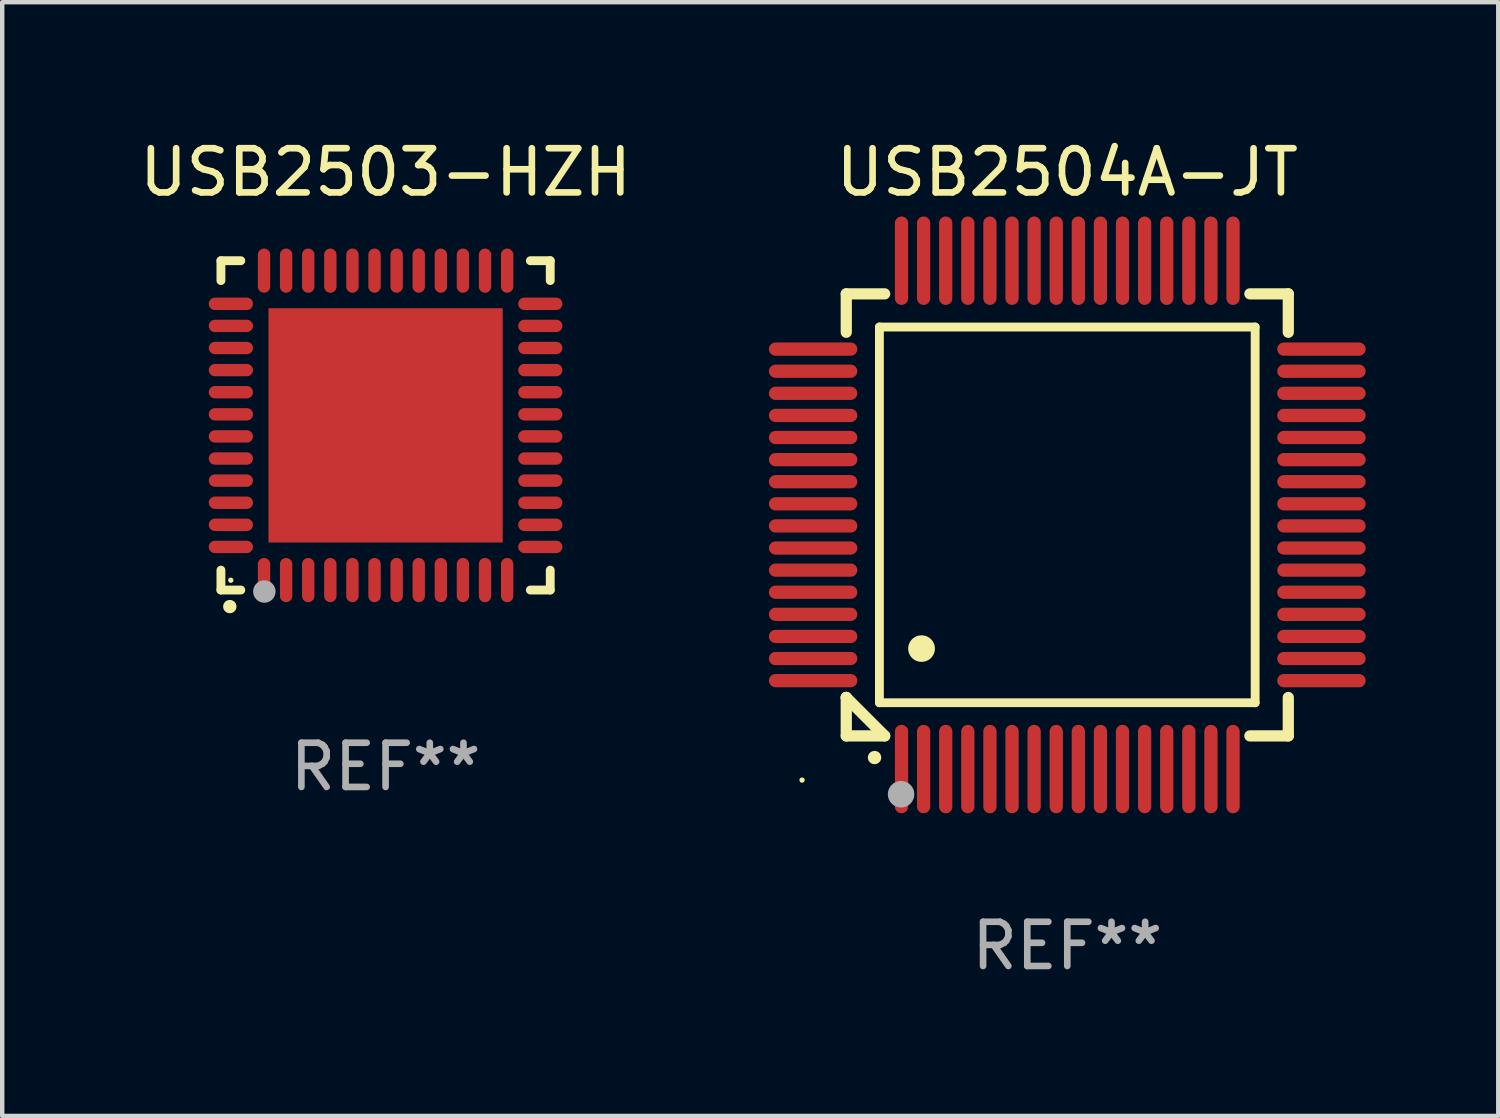
<source format=kicad_pcb>
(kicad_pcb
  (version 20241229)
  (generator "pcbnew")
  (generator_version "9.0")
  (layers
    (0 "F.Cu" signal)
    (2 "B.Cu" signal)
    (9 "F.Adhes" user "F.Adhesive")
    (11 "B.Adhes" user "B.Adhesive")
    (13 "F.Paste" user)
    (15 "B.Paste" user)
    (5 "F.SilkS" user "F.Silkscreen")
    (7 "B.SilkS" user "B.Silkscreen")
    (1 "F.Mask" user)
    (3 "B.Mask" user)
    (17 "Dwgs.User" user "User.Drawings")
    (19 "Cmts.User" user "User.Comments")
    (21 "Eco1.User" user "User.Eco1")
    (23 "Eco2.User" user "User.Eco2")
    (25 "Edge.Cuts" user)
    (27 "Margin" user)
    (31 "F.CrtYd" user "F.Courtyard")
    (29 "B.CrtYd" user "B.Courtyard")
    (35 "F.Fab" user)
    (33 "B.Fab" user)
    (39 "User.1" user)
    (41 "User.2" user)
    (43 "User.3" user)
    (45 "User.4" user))
  (footprint "USB2504A-JT"
    (layer "F.Cu")
    (at 21.095 8.598)
    (property "Reference" "USB2504A-JT" (at 0 -7.75 0) (layer "F.SilkS") (effects (font (size 1 1) (thickness 0.15))))
    (attr through_hole)
    (fp_line (start -5 -5) (end -4.131 -5) (stroke (width 0.254) (type solid)) (layer "F.SilkS"))
    (fp_line (start -5 -4.131) (end -5 -5) (stroke (width 0.254) (type solid)) (layer "F.SilkS"))
    (fp_line (start -5 4.131) (end -5 4.131) (stroke (width 0.254) (type solid)) (layer "F.SilkS"))
    (fp_line (start -5 5) (end -5 4.131) (stroke (width 0.254) (type solid)) (layer "F.SilkS"))
    (fp_line (start -5 4.131) (end -4.131 5) (stroke (width 0.254) (type solid)) (layer "F.SilkS"))
    (fp_line (start -4.25 -4.25) (end -4.25 4.25) (stroke (width 0.2) (type solid)) (layer "F.SilkS"))
    (fp_line (start -4.25 4.25) (end 4.25 4.25) (stroke (width 0.2) (type solid)) (layer "F.SilkS"))
    (fp_line (start -4.131 5) (end -5 5) (stroke (width 0.254) (type solid)) (layer "F.SilkS"))
    (fp_line (start 4.25 -4.25) (end -4.25 -4.25) (stroke (width 0.2) (type solid)) (layer "F.SilkS"))
    (fp_line (start 4.25 4.25) (end 4.25 -4.25) (stroke (width 0.2) (type solid)) (layer "F.SilkS"))
    (fp_line (start 5 -5) (end 4.131 -5) (stroke (width 0.254) (type solid)) (layer "F.SilkS"))
    (fp_line (start 5 -5) (end 5 -4.131) (stroke (width 0.254) (type solid)) (layer "F.SilkS"))
    (fp_line (start 5 4.131) (end 5 5) (stroke (width 0.254) (type solid)) (layer "F.SilkS"))
    (fp_line (start 5 5) (end 4.131 5) (stroke (width 0.254) (type solid)) (layer "F.SilkS"))
    (fp_arc (start -4.361265 5.489992) (mid -4.359995 5.489987) (end -4.358725 5.489992) (stroke (width 0.3) (type solid)) (layer "F.SilkS"))
    (fp_arc (start -3.299467 3.025146) (mid -3.296927 3.025135) (end -3.294387 3.025146) (stroke (width 0.6) (type solid)) (layer "F.SilkS"))
    (fp_circle (center -6 6) (end -5.97 6) (stroke (width 0.06) (type solid)) (fill no) (layer "F.SilkS"))
    (fp_circle (center -3.76 6.32) (end -3.61 6.32) (stroke (width 0.3) (type solid)) (fill no) (layer "F.Fab"))
    (fp_text user "REF**" (at 0 9.75 0) (layer "F.Fab") (effects (font (size 1 1) (thickness 0.15))))
    (pad "1" smd oval (at -3.75 5.75) (size 0.3 2) (layers "F.Cu" "F.Mask" "F.Paste"))
    (pad "2" smd oval (at -3.25 5.75) (size 0.3 2) (layers "F.Cu" "F.Mask" "F.Paste"))
    (pad "3" smd oval (at -2.75 5.75) (size 0.3 2) (layers "F.Cu" "F.Mask" "F.Paste"))
    (pad "4" smd oval (at -2.25 5.75) (size 0.3 2) (layers "F.Cu" "F.Mask" "F.Paste"))
    (pad "5" smd oval (at -1.75 5.75) (size 0.3 2) (layers "F.Cu" "F.Mask" "F.Paste"))
    (pad "6" smd oval (at -1.25 5.75) (size 0.3 2) (layers "F.Cu" "F.Mask" "F.Paste"))
    (pad "7" smd oval (at -0.75 5.75) (size 0.3 2) (layers "F.Cu" "F.Mask" "F.Paste"))
    (pad "8" smd oval (at -0.25 5.75) (size 0.3 2) (layers "F.Cu" "F.Mask" "F.Paste"))
    (pad "9" smd oval (at 0.25 5.75) (size 0.3 2) (layers "F.Cu" "F.Mask" "F.Paste"))
    (pad "10" smd oval (at 0.75 5.75) (size 0.3 2) (layers "F.Cu" "F.Mask" "F.Paste"))
    (pad "11" smd oval (at 1.25 5.75) (size 0.3 2) (layers "F.Cu" "F.Mask" "F.Paste"))
    (pad "12" smd oval (at 1.75 5.75) (size 0.3 2) (layers "F.Cu" "F.Mask" "F.Paste"))
    (pad "13" smd oval (at 2.25 5.75) (size 0.3 2) (layers "F.Cu" "F.Mask" "F.Paste"))
    (pad "14" smd oval (at 2.75 5.75) (size 0.3 2) (layers "F.Cu" "F.Mask" "F.Paste"))
    (pad "15" smd oval (at 3.25 5.75) (size 0.3 2) (layers "F.Cu" "F.Mask" "F.Paste"))
    (pad "16" smd oval (at 3.75 5.75) (size 0.3 2) (layers "F.Cu" "F.Mask" "F.Paste"))
    (pad "17" smd oval (at 5.75 3.75) (size 2 0.3) (layers "F.Cu" "F.Mask" "F.Paste"))
    (pad "18" smd oval (at 5.75 3.25) (size 2 0.3) (layers "F.Cu" "F.Mask" "F.Paste"))
    (pad "19" smd oval (at 5.75 2.75) (size 2 0.3) (layers "F.Cu" "F.Mask" "F.Paste"))
    (pad "20" smd oval (at 5.75 2.25) (size 2 0.3) (layers "F.Cu" "F.Mask" "F.Paste"))
    (pad "21" smd oval (at 5.75 1.75) (size 2 0.3) (layers "F.Cu" "F.Mask" "F.Paste"))
    (pad "22" smd oval (at 5.75 1.25) (size 2 0.3) (layers "F.Cu" "F.Mask" "F.Paste"))
    (pad "23" smd oval (at 5.75 0.75) (size 2 0.3) (layers "F.Cu" "F.Mask" "F.Paste"))
    (pad "24" smd oval (at 5.75 0.25) (size 2 0.3) (layers "F.Cu" "F.Mask" "F.Paste"))
    (pad "25" smd oval (at 5.75 -0.25) (size 2 0.3) (layers "F.Cu" "F.Mask" "F.Paste"))
    (pad "26" smd oval (at 5.75 -0.75) (size 2 0.3) (layers "F.Cu" "F.Mask" "F.Paste"))
    (pad "27" smd oval (at 5.75 -1.25) (size 2 0.3) (layers "F.Cu" "F.Mask" "F.Paste"))
    (pad "28" smd oval (at 5.75 -1.75) (size 2 0.3) (layers "F.Cu" "F.Mask" "F.Paste"))
    (pad "29" smd oval (at 5.75 -2.25) (size 2 0.3) (layers "F.Cu" "F.Mask" "F.Paste"))
    (pad "30" smd oval (at 5.75 -2.75) (size 2 0.3) (layers "F.Cu" "F.Mask" "F.Paste"))
    (pad "31" smd oval (at 5.75 -3.25) (size 2 0.3) (layers "F.Cu" "F.Mask" "F.Paste"))
    (pad "32" smd oval (at 5.75 -3.75) (size 2 0.3) (layers "F.Cu" "F.Mask" "F.Paste"))
    (pad "33" smd oval (at 3.75 -5.75) (size 0.3 2) (layers "F.Cu" "F.Mask" "F.Paste"))
    (pad "34" smd oval (at 3.25 -5.75) (size 0.3 2) (layers "F.Cu" "F.Mask" "F.Paste"))
    (pad "35" smd oval (at 2.75 -5.75) (size 0.3 2) (layers "F.Cu" "F.Mask" "F.Paste"))
    (pad "36" smd oval (at 2.25 -5.75) (size 0.3 2) (layers "F.Cu" "F.Mask" "F.Paste"))
    (pad "37" smd oval (at 1.75 -5.75) (size 0.3 2) (layers "F.Cu" "F.Mask" "F.Paste"))
    (pad "38" smd oval (at 1.25 -5.75) (size 0.3 2) (layers "F.Cu" "F.Mask" "F.Paste"))
    (pad "39" smd oval (at 0.75 -5.75) (size 0.3 2) (layers "F.Cu" "F.Mask" "F.Paste"))
    (pad "40" smd oval (at 0.25 -5.75) (size 0.3 2) (layers "F.Cu" "F.Mask" "F.Paste"))
    (pad "41" smd oval (at -0.25 -5.75) (size 0.3 2) (layers "F.Cu" "F.Mask" "F.Paste"))
    (pad "42" smd oval (at -0.75 -5.75) (size 0.3 2) (layers "F.Cu" "F.Mask" "F.Paste"))
    (pad "43" smd oval (at -1.25 -5.75) (size 0.3 2) (layers "F.Cu" "F.Mask" "F.Paste"))
    (pad "44" smd oval (at -1.75 -5.75) (size 0.3 2) (layers "F.Cu" "F.Mask" "F.Paste"))
    (pad "45" smd oval (at -2.25 -5.75) (size 0.3 2) (layers "F.Cu" "F.Mask" "F.Paste"))
    (pad "46" smd oval (at -2.75 -5.75) (size 0.3 2) (layers "F.Cu" "F.Mask" "F.Paste"))
    (pad "47" smd oval (at -3.25 -5.75) (size 0.3 2) (layers "F.Cu" "F.Mask" "F.Paste"))
    (pad "48" smd oval (at -3.75 -5.75) (size 0.3 2) (layers "F.Cu" "F.Mask" "F.Paste"))
    (pad "49" smd oval (at -5.75 -3.75) (size 2 0.3) (layers "F.Cu" "F.Mask" "F.Paste"))
    (pad "50" smd oval (at -5.75 -3.25) (size 2 0.3) (layers "F.Cu" "F.Mask" "F.Paste"))
    (pad "51" smd oval (at -5.75 -2.75) (size 2 0.3) (layers "F.Cu" "F.Mask" "F.Paste"))
    (pad "52" smd oval (at -5.75 -2.25) (size 2 0.3) (layers "F.Cu" "F.Mask" "F.Paste"))
    (pad "53" smd oval (at -5.75 -1.75) (size 2 0.3) (layers "F.Cu" "F.Mask" "F.Paste"))
    (pad "54" smd oval (at -5.75 -1.25) (size 2 0.3) (layers "F.Cu" "F.Mask" "F.Paste"))
    (pad "55" smd oval (at -5.75 -0.75) (size 2 0.3) (layers "F.Cu" "F.Mask" "F.Paste"))
    (pad "56" smd oval (at -5.75 -0.25) (size 2 0.3) (layers "F.Cu" "F.Mask" "F.Paste"))
    (pad "57" smd oval (at -5.75 0.25) (size 2 0.3) (layers "F.Cu" "F.Mask" "F.Paste"))
    (pad "58" smd oval (at -5.75 0.75) (size 2 0.3) (layers "F.Cu" "F.Mask" "F.Paste"))
    (pad "59" smd oval (at -5.75 1.25) (size 2 0.3) (layers "F.Cu" "F.Mask" "F.Paste"))
    (pad "60" smd oval (at -5.75 1.75) (size 2 0.3) (layers "F.Cu" "F.Mask" "F.Paste"))
    (pad "61" smd oval (at -5.75 2.25) (size 2 0.3) (layers "F.Cu" "F.Mask" "F.Paste"))
    (pad "62" smd oval (at -5.75 2.75) (size 2 0.3) (layers "F.Cu" "F.Mask" "F.Paste"))
    (pad "63" smd oval (at -5.75 3.25) (size 2 0.3) (layers "F.Cu" "F.Mask" "F.Paste"))
    (pad "64" smd oval (at -5.75 3.75) (size 2 0.3) (layers "F.Cu" "F.Mask" "F.Paste")))
  (footprint "USB2503-HZH"
    (layer "F.Cu")
    (at 5.673 6.573)
    (property "Reference" "USB2503-HZH" (at 0 -5.725 0) (layer "F.SilkS") (effects (font (size 1 1) (thickness 0.15))))
    (attr through_hole)
    (fp_line (start -3.725 -3.725) (end -3.275 -3.725) (stroke (width 0.2) (type solid)) (layer "F.SilkS"))
    (fp_line (start -3.725 -3.275) (end -3.725 -3.725) (stroke (width 0.2) (type solid)) (layer "F.SilkS"))
    (fp_line (start -3.725 3.725) (end -3.725 3.275) (stroke (width 0.2) (type solid)) (layer "F.SilkS"))
    (fp_line (start -3.275 3.725) (end -3.725 3.725) (stroke (width 0.2) (type solid)) (layer "F.SilkS"))
    (fp_line (start 3.275 3.725) (end 3.725 3.725) (stroke (width 0.2) (type solid)) (layer "F.SilkS"))
    (fp_line (start 3.725 -3.725) (end 3.275 -3.725) (stroke (width 0.2) (type solid)) (layer "F.SilkS"))
    (fp_line (start 3.725 -3.275) (end 3.725 -3.725) (stroke (width 0.2) (type solid)) (layer "F.SilkS"))
    (fp_line (start 3.725 3.725) (end 3.725 3.275) (stroke (width 0.2) (type solid)) (layer "F.SilkS"))
    (fp_arc (start -3.525527 4.099568) (mid -3.524257 4.099563) (end -3.522987 4.099568) (stroke (width 0.3) (type solid)) (layer "F.SilkS"))
    (fp_circle (center -3.502 3.504) (end -3.472 3.504) (stroke (width 0.06) (type solid)) (fill no) (layer "F.SilkS"))
    (fp_circle (center -2.743 3.759) (end -2.616 3.759) (stroke (width 0.254) (type solid)) (fill no) (layer "F.Fab"))
    (fp_text user "REF**" (at 0 7.725 0) (layer "F.Fab") (effects (font (size 1 1) (thickness 0.15))))
    (pad "1" smd oval (at -2.75 3.5) (size 0.28 1) (layers "F.Cu" "F.Mask" "F.Paste"))
    (pad "2" smd oval (at -2.25 3.5) (size 0.28 1) (layers "F.Cu" "F.Mask" "F.Paste"))
    (pad "3" smd oval (at -1.75 3.5) (size 0.28 1) (layers "F.Cu" "F.Mask" "F.Paste"))
    (pad "4" smd oval (at -1.25 3.5) (size 0.28 1) (layers "F.Cu" "F.Mask" "F.Paste"))
    (pad "5" smd oval (at -0.75 3.5) (size 0.28 1) (layers "F.Cu" "F.Mask" "F.Paste"))
    (pad "6" smd oval (at -0.25 3.5) (size 0.28 1) (layers "F.Cu" "F.Mask" "F.Paste"))
    (pad "7" smd oval (at 0.25 3.5) (size 0.28 1) (layers "F.Cu" "F.Mask" "F.Paste"))
    (pad "8" smd oval (at 0.75 3.5) (size 0.28 1) (layers "F.Cu" "F.Mask" "F.Paste"))
    (pad "9" smd oval (at 1.25 3.5) (size 0.28 1) (layers "F.Cu" "F.Mask" "F.Paste"))
    (pad "10" smd oval (at 1.75 3.5) (size 0.28 1) (layers "F.Cu" "F.Mask" "F.Paste"))
    (pad "11" smd oval (at 2.25 3.5) (size 0.28 1) (layers "F.Cu" "F.Mask" "F.Paste"))
    (pad "12" smd oval (at 2.75 3.5) (size 0.28 1) (layers "F.Cu" "F.Mask" "F.Paste"))
    (pad "13" smd oval (at 3.5 2.75) (size 1 0.28) (layers "F.Cu" "F.Mask" "F.Paste"))
    (pad "14" smd oval (at 3.5 2.25) (size 1 0.28) (layers "F.Cu" "F.Mask" "F.Paste"))
    (pad "15" smd oval (at 3.5 1.75) (size 1 0.28) (layers "F.Cu" "F.Mask" "F.Paste"))
    (pad "16" smd oval (at 3.5 1.25) (size 1 0.28) (layers "F.Cu" "F.Mask" "F.Paste"))
    (pad "17" smd oval (at 3.5 0.75) (size 1 0.28) (layers "F.Cu" "F.Mask" "F.Paste"))
    (pad "18" smd oval (at 3.5 0.25) (size 1 0.28) (layers "F.Cu" "F.Mask" "F.Paste"))
    (pad "19" smd oval (at 3.5 -0.25) (size 1 0.28) (layers "F.Cu" "F.Mask" "F.Paste"))
    (pad "20" smd oval (at 3.5 -0.75) (size 1 0.28) (layers "F.Cu" "F.Mask" "F.Paste"))
    (pad "21" smd oval (at 3.5 -1.25) (size 1 0.28) (layers "F.Cu" "F.Mask" "F.Paste"))
    (pad "22" smd oval (at 3.5 -1.75) (size 1 0.28) (layers "F.Cu" "F.Mask" "F.Paste"))
    (pad "23" smd oval (at 3.5 -2.25) (size 1 0.28) (layers "F.Cu" "F.Mask" "F.Paste"))
    (pad "24" smd oval (at 3.5 -2.75) (size 1 0.28) (layers "F.Cu" "F.Mask" "F.Paste"))
    (pad "25" smd oval (at 2.75 -3.5) (size 0.28 1) (layers "F.Cu" "F.Mask" "F.Paste"))
    (pad "26" smd oval (at 2.25 -3.5) (size 0.28 1) (layers "F.Cu" "F.Mask" "F.Paste"))
    (pad "27" smd oval (at 1.75 -3.5) (size 0.28 1) (layers "F.Cu" "F.Mask" "F.Paste"))
    (pad "28" smd oval (at 1.25 -3.5) (size 0.28 1) (layers "F.Cu" "F.Mask" "F.Paste"))
    (pad "29" smd oval (at 0.75 -3.5) (size 0.28 1) (layers "F.Cu" "F.Mask" "F.Paste"))
    (pad "30" smd oval (at 0.25 -3.5) (size 0.28 1) (layers "F.Cu" "F.Mask" "F.Paste"))
    (pad "31" smd oval (at -0.25 -3.5) (size 0.28 1) (layers "F.Cu" "F.Mask" "F.Paste"))
    (pad "32" smd oval (at -0.75 -3.5) (size 0.28 1) (layers "F.Cu" "F.Mask" "F.Paste"))
    (pad "33" smd oval (at -1.25 -3.5) (size 0.28 1) (layers "F.Cu" "F.Mask" "F.Paste"))
    (pad "34" smd oval (at -1.75 -3.5) (size 0.28 1) (layers "F.Cu" "F.Mask" "F.Paste"))
    (pad "35" smd oval (at -2.25 -3.5) (size 0.28 1) (layers "F.Cu" "F.Mask" "F.Paste"))
    (pad "36" smd oval (at -2.75 -3.5) (size 0.28 1) (layers "F.Cu" "F.Mask" "F.Paste"))
    (pad "37" smd oval (at -3.5 -2.75) (size 1 0.28) (layers "F.Cu" "F.Mask" "F.Paste"))
    (pad "38" smd oval (at -3.5 -2.25) (size 1 0.28) (layers "F.Cu" "F.Mask" "F.Paste"))
    (pad "39" smd oval (at -3.5 -1.75) (size 1 0.28) (layers "F.Cu" "F.Mask" "F.Paste"))
    (pad "40" smd oval (at -3.5 -1.25) (size 1 0.28) (layers "F.Cu" "F.Mask" "F.Paste"))
    (pad "41" smd oval (at -3.5 -0.75) (size 1 0.28) (layers "F.Cu" "F.Mask" "F.Paste"))
    (pad "42" smd oval (at -3.5 -0.25) (size 1 0.28) (layers "F.Cu" "F.Mask" "F.Paste"))
    (pad "43" smd oval (at -3.5 0.25) (size 1 0.28) (layers "F.Cu" "F.Mask" "F.Paste"))
    (pad "44" smd oval (at -3.5 0.75) (size 1 0.28) (layers "F.Cu" "F.Mask" "F.Paste"))
    (pad "45" smd oval (at -3.5 1.25) (size 1 0.28) (layers "F.Cu" "F.Mask" "F.Paste"))
    (pad "46" smd oval (at -3.5 1.75) (size 1 0.28) (layers "F.Cu" "F.Mask" "F.Paste"))
    (pad "47" smd oval (at -3.5 2.25) (size 1 0.28) (layers "F.Cu" "F.Mask" "F.Paste"))
    (pad "48" smd oval (at -3.5 2.75) (size 1 0.28) (layers "F.Cu" "F.Mask" "F.Paste"))
    (pad "49" smd rect (at 0 0) (size 5.3 5.3) (layers "F.Cu" "F.Mask" "F.Paste")))
  (gr_rect
    (start -3 -3)
    (end 30.845 22.196)
    (stroke (width 0.1) (type default))
    (fill no)
    (layer "Edge.Cuts")))
</source>
